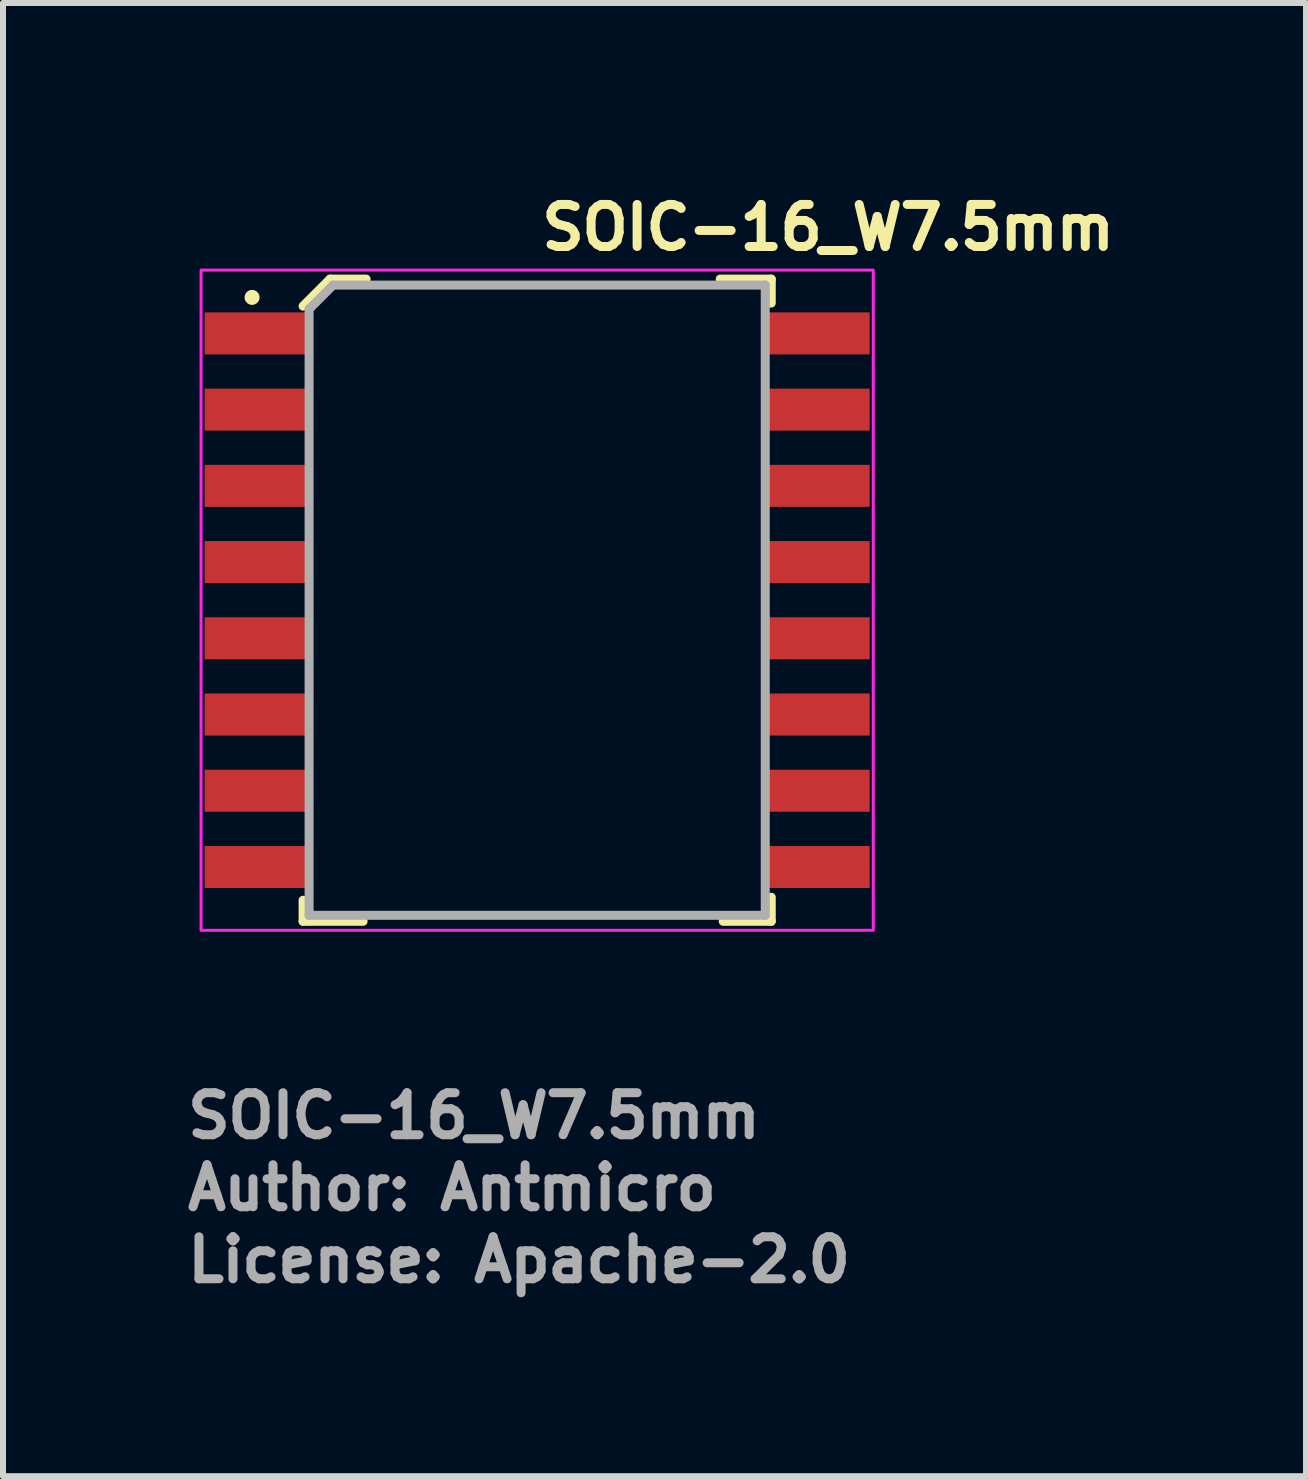
<source format=kicad_pcb>
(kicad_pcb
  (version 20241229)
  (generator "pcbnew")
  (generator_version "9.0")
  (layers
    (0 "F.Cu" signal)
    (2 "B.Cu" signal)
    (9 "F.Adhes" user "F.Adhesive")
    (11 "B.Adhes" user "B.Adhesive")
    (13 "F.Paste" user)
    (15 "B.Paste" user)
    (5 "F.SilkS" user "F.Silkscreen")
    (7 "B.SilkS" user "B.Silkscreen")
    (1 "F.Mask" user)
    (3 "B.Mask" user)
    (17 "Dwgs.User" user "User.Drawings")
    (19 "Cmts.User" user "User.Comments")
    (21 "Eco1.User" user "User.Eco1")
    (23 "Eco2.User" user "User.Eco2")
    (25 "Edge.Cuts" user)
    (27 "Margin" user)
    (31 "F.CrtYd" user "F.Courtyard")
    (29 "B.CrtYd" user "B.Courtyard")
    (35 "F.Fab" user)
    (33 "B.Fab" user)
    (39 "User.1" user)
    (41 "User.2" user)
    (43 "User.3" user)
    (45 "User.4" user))
  (footprint "SOIC-16_W7.5mm"
    (layer "F.Cu")
    (at 5.9 6.95)
    (property "Reference" "SOIC-16_W7.5mm" (at 0 -5.8 0) (layer "F.SilkS") (effects (font (size 0.7 0.7) (thickness 0.15)) (justify left bottom)))
    (attr smd)
    (fp_line (start -3.9 5) (end -3.9 5.35) (stroke (width 0.15) (type solid)) (layer "F.SilkS"))
    (fp_line (start -3.9 5.35) (end -2.9 5.35) (stroke (width 0.15) (type solid)) (layer "F.SilkS"))
    (fp_line (start -3.45 -5.35) (end -3.9 -4.9) (stroke (width 0.15) (type solid)) (layer "F.SilkS"))
    (fp_line (start -2.85 -5.35) (end -3.45 -5.35) (stroke (width 0.15) (type solid)) (layer "F.SilkS"))
    (fp_line (start 3.9 -5.35) (end 3.05 -5.35) (stroke (width 0.15) (type solid)) (layer "F.SilkS"))
    (fp_line (start 3.9 -4.95) (end 3.9 -5.35) (stroke (width 0.15) (type solid)) (layer "F.SilkS"))
    (fp_line (start 3.9 4.95) (end 3.9 5.35) (stroke (width 0.15) (type solid)) (layer "F.SilkS"))
    (fp_line (start 3.9 5.35) (end 3.1 5.35) (stroke (width 0.15) (type solid)) (layer "F.SilkS"))
    (fp_circle (center -4.75 -5.045) (end -4.7 -5.045) (stroke (width 0.15) (type solid)) (fill yes) (layer "F.SilkS"))
    (fp_rect (start 5.6 -5.5) (end -5.6 5.5) (stroke (width 0.05) (type solid)) (fill no) (layer "F.CrtYd"))
    (fp_line (start -3.8 -4.85) (end -3.8 5.25) (stroke (width 0.15) (type solid)) (layer "F.Fab"))
    (fp_line (start -3.8 -4.85) (end -3.4 -5.25) (stroke (width 0.15) (type solid)) (layer "F.Fab"))
    (fp_line (start 3.8 -5.25) (end -3.4 -5.25) (stroke (width 0.15) (type solid)) (layer "F.Fab"))
    (fp_line (start 3.8 -5.25) (end 3.8 5.25) (stroke (width 0.15) (type solid)) (layer "F.Fab"))
    (fp_line (start 3.8 5.25) (end -3.8 5.25) (stroke (width 0.15) (type solid)) (layer "F.Fab"))
    (fp_rect (start 5.167 -5.15) (end -5.167 5.15) (stroke (width 0.1) (type solid)) (fill no) (layer "User.5"))
    (fp_line (start -5.167 -4.65) (end -5.167 -4.24) (stroke (width 0.02) (type solid)) (layer "User.9"))
    (fp_line (start -5.167 -3.38) (end -5.167 -2.97) (stroke (width 0.02) (type solid)) (layer "User.9"))
    (fp_line (start -5.167 -2.11) (end -5.167 -1.7) (stroke (width 0.02) (type solid)) (layer "User.9"))
    (fp_line (start -5.167 -0.84) (end -5.167 -0.43) (stroke (width 0.02) (type solid)) (layer "User.9"))
    (fp_line (start -5.167 0.43) (end -5.167 0.84) (stroke (width 0.02) (type solid)) (layer "User.9"))
    (fp_line (start -5.167 1.7) (end -5.167 2.11) (stroke (width 0.02) (type solid)) (layer "User.9"))
    (fp_line (start -5.167 2.97) (end -5.167 3.38) (stroke (width 0.02) (type solid)) (layer "User.9"))
    (fp_line (start -5.167 4.24) (end -5.167 4.65) (stroke (width 0.02) (type solid)) (layer "User.9"))
    (fp_line (start -4.686 -4.65) (end -5.167 -4.65) (stroke (width 0.02) (type solid)) (layer "User.9"))
    (fp_line (start -4.686 -4.65) (end -4.54 -4.65) (stroke (width 0.02) (type solid)) (layer "User.9"))
    (fp_line (start -4.686 -4.24) (end -5.167 -4.24) (stroke (width 0.02) (type solid)) (layer "User.9"))
    (fp_line (start -4.686 -4.24) (end -4.54 -4.24) (stroke (width 0.02) (type solid)) (layer "User.9"))
    (fp_line (start -4.686 -3.38) (end -5.167 -3.38) (stroke (width 0.02) (type solid)) (layer "User.9"))
    (fp_line (start -4.686 -3.38) (end -4.54 -3.38) (stroke (width 0.02) (type solid)) (layer "User.9"))
    (fp_line (start -4.686 -2.97) (end -5.167 -2.97) (stroke (width 0.02) (type solid)) (layer "User.9"))
    (fp_line (start -4.686 -2.97) (end -4.54 -2.97) (stroke (width 0.02) (type solid)) (layer "User.9"))
    (fp_line (start -4.686 -2.11) (end -5.167 -2.11) (stroke (width 0.02) (type solid)) (layer "User.9"))
    (fp_line (start -4.686 -2.11) (end -4.54 -2.11) (stroke (width 0.02) (type solid)) (layer "User.9"))
    (fp_line (start -4.686 -1.7) (end -5.167 -1.7) (stroke (width 0.02) (type solid)) (layer "User.9"))
    (fp_line (start -4.686 -1.7) (end -4.54 -1.7) (stroke (width 0.02) (type solid)) (layer "User.9"))
    (fp_line (start -4.686 -0.84) (end -5.167 -0.84) (stroke (width 0.02) (type solid)) (layer "User.9"))
    (fp_line (start -4.686 -0.84) (end -4.54 -0.84) (stroke (width 0.02) (type solid)) (layer "User.9"))
    (fp_line (start -4.686 -0.43) (end -5.167 -0.43) (stroke (width 0.02) (type solid)) (layer "User.9"))
    (fp_line (start -4.686 -0.43) (end -4.54 -0.43) (stroke (width 0.02) (type solid)) (layer "User.9"))
    (fp_line (start -4.686 0.43) (end -5.167 0.43) (stroke (width 0.02) (type solid)) (layer "User.9"))
    (fp_line (start -4.686 0.43) (end -4.54 0.43) (stroke (width 0.02) (type solid)) (layer "User.9"))
    (fp_line (start -4.686 0.84) (end -5.167 0.84) (stroke (width 0.02) (type solid)) (layer "User.9"))
    (fp_line (start -4.686 0.84) (end -4.54 0.84) (stroke (width 0.02) (type solid)) (layer "User.9"))
    (fp_line (start -4.686 1.7) (end -5.167 1.7) (stroke (width 0.02) (type solid)) (layer "User.9"))
    (fp_line (start -4.686 1.7) (end -4.54 1.7) (stroke (width 0.02) (type solid)) (layer "User.9"))
    (fp_line (start -4.686 2.11) (end -5.167 2.11) (stroke (width 0.02) (type solid)) (layer "User.9"))
    (fp_line (start -4.686 2.11) (end -4.54 2.11) (stroke (width 0.02) (type solid)) (layer "User.9"))
    (fp_line (start -4.686 2.97) (end -5.167 2.97) (stroke (width 0.02) (type solid)) (layer "User.9"))
    (fp_line (start -4.686 2.97) (end -4.54 2.97) (stroke (width 0.02) (type solid)) (layer "User.9"))
    (fp_line (start -4.686 3.38) (end -5.167 3.38) (stroke (width 0.02) (type solid)) (layer "User.9"))
    (fp_line (start -4.686 3.38) (end -4.54 3.38) (stroke (width 0.02) (type solid)) (layer "User.9"))
    (fp_line (start -4.686 4.24) (end -5.167 4.24) (stroke (width 0.02) (type solid)) (layer "User.9"))
    (fp_line (start -4.686 4.24) (end -4.54 4.24) (stroke (width 0.02) (type solid)) (layer "User.9"))
    (fp_line (start -4.686 4.65) (end -5.167 4.65) (stroke (width 0.02) (type solid)) (layer "User.9"))
    (fp_line (start -4.686 4.65) (end -4.54 4.65) (stroke (width 0.02) (type solid)) (layer "User.9"))
    (fp_line (start -4.54 -4.65) (end -4.396 -4.65) (stroke (width 0.02) (type solid)) (layer "User.9"))
    (fp_line (start -4.54 -3.38) (end -4.396 -3.38) (stroke (width 0.02) (type solid)) (layer "User.9"))
    (fp_line (start -4.54 -2.11) (end -4.396 -2.11) (stroke (width 0.02) (type solid)) (layer "User.9"))
    (fp_line (start -4.54 -0.84) (end -4.396 -0.84) (stroke (width 0.02) (type solid)) (layer "User.9"))
    (fp_line (start -4.54 0.43) (end -4.396 0.43) (stroke (width 0.02) (type solid)) (layer "User.9"))
    (fp_line (start -4.54 1.7) (end -4.396 1.7) (stroke (width 0.02) (type solid)) (layer "User.9"))
    (fp_line (start -4.54 2.97) (end -4.396 2.97) (stroke (width 0.02) (type solid)) (layer "User.9"))
    (fp_line (start -4.54 4.24) (end -4.396 4.24) (stroke (width 0.02) (type solid)) (layer "User.9"))
    (fp_line (start -4.396 -4.65) (end -3.992 -4.65) (stroke (width 0.02) (type solid)) (layer "User.9"))
    (fp_line (start -4.396 -4.24) (end -4.54 -4.24) (stroke (width 0.02) (type solid)) (layer "User.9"))
    (fp_line (start -4.396 -4.24) (end -3.992 -4.24) (stroke (width 0.02) (type solid)) (layer "User.9"))
    (fp_line (start -4.396 -3.38) (end -3.992 -3.38) (stroke (width 0.02) (type solid)) (layer "User.9"))
    (fp_line (start -4.396 -2.97) (end -4.54 -2.97) (stroke (width 0.02) (type solid)) (layer "User.9"))
    (fp_line (start -4.396 -2.97) (end -3.992 -2.97) (stroke (width 0.02) (type solid)) (layer "User.9"))
    (fp_line (start -4.396 -2.11) (end -3.992 -2.11) (stroke (width 0.02) (type solid)) (layer "User.9"))
    (fp_line (start -4.396 -1.7) (end -4.54 -1.7) (stroke (width 0.02) (type solid)) (layer "User.9"))
    (fp_line (start -4.396 -1.7) (end -3.992 -1.7) (stroke (width 0.02) (type solid)) (layer "User.9"))
    (fp_line (start -4.396 -0.84) (end -3.992 -0.84) (stroke (width 0.02) (type solid)) (layer "User.9"))
    (fp_line (start -4.396 -0.43) (end -4.54 -0.43) (stroke (width 0.02) (type solid)) (layer "User.9"))
    (fp_line (start -4.396 -0.43) (end -3.992 -0.43) (stroke (width 0.02) (type solid)) (layer "User.9"))
    (fp_line (start -4.396 0.43) (end -3.992 0.43) (stroke (width 0.02) (type solid)) (layer "User.9"))
    (fp_line (start -4.396 0.84) (end -4.54 0.84) (stroke (width 0.02) (type solid)) (layer "User.9"))
    (fp_line (start -4.396 0.84) (end -3.992 0.84) (stroke (width 0.02) (type solid)) (layer "User.9"))
    (fp_line (start -4.396 1.7) (end -3.992 1.7) (stroke (width 0.02) (type solid)) (layer "User.9"))
    (fp_line (start -4.396 2.11) (end -4.54 2.11) (stroke (width 0.02) (type solid)) (layer "User.9"))
    (fp_line (start -4.396 2.11) (end -3.992 2.11) (stroke (width 0.02) (type solid)) (layer "User.9"))
    (fp_line (start -4.396 2.97) (end -3.992 2.97) (stroke (width 0.02) (type solid)) (layer "User.9"))
    (fp_line (start -4.396 3.38) (end -4.54 3.38) (stroke (width 0.02) (type solid)) (layer "User.9"))
    (fp_line (start -4.396 3.38) (end -3.992 3.38) (stroke (width 0.02) (type solid)) (layer "User.9"))
    (fp_line (start -4.396 4.24) (end -3.992 4.24) (stroke (width 0.02) (type solid)) (layer "User.9"))
    (fp_line (start -4.396 4.65) (end -4.54 4.65) (stroke (width 0.02) (type solid)) (layer "User.9"))
    (fp_line (start -4.396 4.65) (end -3.992 4.65) (stroke (width 0.02) (type solid)) (layer "User.9"))
    (fp_line (start -3.75 -4.963) (end -3.749 -4.973) (stroke (width 0.02) (type solid)) (layer "User.9"))
    (fp_line (start -3.75 -4.953) (end -3.75 -4.963) (stroke (width 0.02) (type solid)) (layer "User.9"))
    (fp_line (start -3.75 -4.95) (end -3.75 -4.953) (stroke (width 0.02) (type solid)) (layer "User.9"))
    (fp_line (start -3.75 -4.95) (end -3.75 4.95) (stroke (width 0.02) (type solid)) (layer "User.9"))
    (fp_line (start -3.75 -4.65) (end -3.992 -4.65) (stroke (width 0.02) (type solid)) (layer "User.9"))
    (fp_line (start -3.75 -4.65) (end -3.75 -4.24) (stroke (width 0.02) (type solid)) (layer "User.9"))
    (fp_line (start -3.75 -4.24) (end -3.992 -4.24) (stroke (width 0.02) (type solid)) (layer "User.9"))
    (fp_line (start -3.75 -3.38) (end -3.992 -3.38) (stroke (width 0.02) (type solid)) (layer "User.9"))
    (fp_line (start -3.75 -3.38) (end -3.75 -2.97) (stroke (width 0.02) (type solid)) (layer "User.9"))
    (fp_line (start -3.75 -2.97) (end -3.992 -2.97) (stroke (width 0.02) (type solid)) (layer "User.9"))
    (fp_line (start -3.75 -2.11) (end -3.992 -2.11) (stroke (width 0.02) (type solid)) (layer "User.9"))
    (fp_line (start -3.75 -2.11) (end -3.75 -1.7) (stroke (width 0.02) (type solid)) (layer "User.9"))
    (fp_line (start -3.75 -1.7) (end -3.992 -1.7) (stroke (width 0.02) (type solid)) (layer "User.9"))
    (fp_line (start -3.75 -0.84) (end -3.992 -0.84) (stroke (width 0.02) (type solid)) (layer "User.9"))
    (fp_line (start -3.75 -0.84) (end -3.75 -0.43) (stroke (width 0.02) (type solid)) (layer "User.9"))
    (fp_line (start -3.75 -0.43) (end -3.992 -0.43) (stroke (width 0.02) (type solid)) (layer "User.9"))
    (fp_line (start -3.75 0.43) (end -3.992 0.43) (stroke (width 0.02) (type solid)) (layer "User.9"))
    (fp_line (start -3.75 0.43) (end -3.75 0.84) (stroke (width 0.02) (type solid)) (layer "User.9"))
    (fp_line (start -3.75 0.84) (end -3.992 0.84) (stroke (width 0.02) (type solid)) (layer "User.9"))
    (fp_line (start -3.75 1.7) (end -3.992 1.7) (stroke (width 0.02) (type solid)) (layer "User.9"))
    (fp_line (start -3.75 1.7) (end -3.75 2.11) (stroke (width 0.02) (type solid)) (layer "User.9"))
    (fp_line (start -3.75 2.11) (end -3.992 2.11) (stroke (width 0.02) (type solid)) (layer "User.9"))
    (fp_line (start -3.75 2.97) (end -3.992 2.97) (stroke (width 0.02) (type solid)) (layer "User.9"))
    (fp_line (start -3.75 2.97) (end -3.75 3.38) (stroke (width 0.02) (type solid)) (layer "User.9"))
    (fp_line (start -3.75 3.38) (end -3.992 3.38) (stroke (width 0.02) (type solid)) (layer "User.9"))
    (fp_line (start -3.75 4.24) (end -3.992 4.24) (stroke (width 0.02) (type solid)) (layer "User.9"))
    (fp_line (start -3.75 4.24) (end -3.75 4.65) (stroke (width 0.02) (type solid)) (layer "User.9"))
    (fp_line (start -3.75 4.65) (end -3.992 4.65) (stroke (width 0.02) (type solid)) (layer "User.9"))
    (fp_line (start -3.75 4.953) (end -3.75 4.95) (stroke (width 0.02) (type solid)) (layer "User.9"))
    (fp_line (start -3.75 4.963) (end -3.75 4.953) (stroke (width 0.02) (type solid)) (layer "User.9"))
    (fp_line (start -3.749 -4.973) (end -3.748 -4.983) (stroke (width 0.02) (type solid)) (layer "User.9"))
    (fp_line (start -3.749 4.973) (end -3.75 4.963) (stroke (width 0.02) (type solid)) (layer "User.9"))
    (fp_line (start -3.748 -4.983) (end -3.746 -4.992) (stroke (width 0.02) (type solid)) (layer "User.9"))
    (fp_line (start -3.748 4.983) (end -3.749 4.973) (stroke (width 0.02) (type solid)) (layer "User.9"))
    (fp_line (start -3.746 -4.992) (end -3.744 -5.002) (stroke (width 0.02) (type solid)) (layer "User.9"))
    (fp_line (start -3.746 4.992) (end -3.748 4.983) (stroke (width 0.02) (type solid)) (layer "User.9"))
    (fp_line (start -3.744 -5.002) (end -3.742 -5.011) (stroke (width 0.02) (type solid)) (layer "User.9"))
    (fp_line (start -3.744 5.002) (end -3.746 4.992) (stroke (width 0.02) (type solid)) (layer "User.9"))
    (fp_line (start -3.742 -5.011) (end -3.739 -5.02) (stroke (width 0.02) (type solid)) (layer "User.9"))
    (fp_line (start -3.742 5.011) (end -3.744 5.002) (stroke (width 0.02) (type solid)) (layer "User.9"))
    (fp_line (start -3.739 -5.02) (end -3.735 -5.029) (stroke (width 0.02) (type solid)) (layer "User.9"))
    (fp_line (start -3.739 5.02) (end -3.742 5.011) (stroke (width 0.02) (type solid)) (layer "User.9"))
    (fp_line (start -3.735 -5.029) (end -3.731 -5.038) (stroke (width 0.02) (type solid)) (layer "User.9"))
    (fp_line (start -3.735 5.029) (end -3.739 5.02) (stroke (width 0.02) (type solid)) (layer "User.9"))
    (fp_line (start -3.731 -5.038) (end -3.727 -5.047) (stroke (width 0.02) (type solid)) (layer "User.9"))
    (fp_line (start -3.731 5.038) (end -3.735 5.029) (stroke (width 0.02) (type solid)) (layer "User.9"))
    (fp_line (start -3.727 -5.047) (end -3.722 -5.055) (stroke (width 0.02) (type solid)) (layer "User.9"))
    (fp_line (start -3.727 5.047) (end -3.731 5.038) (stroke (width 0.02) (type solid)) (layer "User.9"))
    (fp_line (start -3.722 -5.055) (end -3.717 -5.063) (stroke (width 0.02) (type solid)) (layer "User.9"))
    (fp_line (start -3.722 5.055) (end -3.727 5.047) (stroke (width 0.02) (type solid)) (layer "User.9"))
    (fp_line (start -3.717 -5.063) (end -3.711 -5.071) (stroke (width 0.02) (type solid)) (layer "User.9"))
    (fp_line (start -3.717 5.063) (end -3.722 5.055) (stroke (width 0.02) (type solid)) (layer "User.9"))
    (fp_line (start -3.711 -5.071) (end -3.705 -5.078) (stroke (width 0.02) (type solid)) (layer "User.9"))
    (fp_line (start -3.711 5.071) (end -3.717 5.063) (stroke (width 0.02) (type solid)) (layer "User.9"))
    (fp_line (start -3.705 -5.078) (end -3.699 -5.086) (stroke (width 0.02) (type solid)) (layer "User.9"))
    (fp_line (start -3.705 5.078) (end -3.711 5.071) (stroke (width 0.02) (type solid)) (layer "User.9"))
    (fp_line (start -3.699 -5.086) (end -3.692 -5.092) (stroke (width 0.02) (type solid)) (layer "User.9"))
    (fp_line (start -3.699 5.086) (end -3.705 5.078) (stroke (width 0.02) (type solid)) (layer "User.9"))
    (fp_line (start -3.692 -5.092) (end -3.686 -5.099) (stroke (width 0.02) (type solid)) (layer "User.9"))
    (fp_line (start -3.692 5.092) (end -3.699 5.086) (stroke (width 0.02) (type solid)) (layer "User.9"))
    (fp_line (start -3.686 -5.099) (end -3.678 -5.105) (stroke (width 0.02) (type solid)) (layer "User.9"))
    (fp_line (start -3.686 5.099) (end -3.692 5.092) (stroke (width 0.02) (type solid)) (layer "User.9"))
    (fp_line (start -3.678 -5.105) (end -3.671 -5.111) (stroke (width 0.02) (type solid)) (layer "User.9"))
    (fp_line (start -3.678 5.105) (end -3.686 5.099) (stroke (width 0.02) (type solid)) (layer "User.9"))
    (fp_line (start -3.671 -5.111) (end -3.663 -5.117) (stroke (width 0.02) (type solid)) (layer "User.9"))
    (fp_line (start -3.671 5.111) (end -3.678 5.105) (stroke (width 0.02) (type solid)) (layer "User.9"))
    (fp_line (start -3.663 -5.117) (end -3.655 -5.122) (stroke (width 0.02) (type solid)) (layer "User.9"))
    (fp_line (start -3.663 5.117) (end -3.671 5.111) (stroke (width 0.02) (type solid)) (layer "User.9"))
    (fp_line (start -3.655 -5.122) (end -3.647 -5.127) (stroke (width 0.02) (type solid)) (layer "User.9"))
    (fp_line (start -3.655 5.122) (end -3.663 5.117) (stroke (width 0.02) (type solid)) (layer "User.9"))
    (fp_line (start -3.647 -5.127) (end -3.638 -5.131) (stroke (width 0.02) (type solid)) (layer "User.9"))
    (fp_line (start -3.647 5.127) (end -3.655 5.122) (stroke (width 0.02) (type solid)) (layer "User.9"))
    (fp_line (start -3.638 -5.131) (end -3.629 -5.135) (stroke (width 0.02) (type solid)) (layer "User.9"))
    (fp_line (start -3.638 5.131) (end -3.647 5.127) (stroke (width 0.02) (type solid)) (layer "User.9"))
    (fp_line (start -3.629 -5.135) (end -3.62 -5.139) (stroke (width 0.02) (type solid)) (layer "User.9"))
    (fp_line (start -3.629 5.135) (end -3.638 5.131) (stroke (width 0.02) (type solid)) (layer "User.9"))
    (fp_line (start -3.62 -5.139) (end -3.611 -5.142) (stroke (width 0.02) (type solid)) (layer "User.9"))
    (fp_line (start -3.62 5.139) (end -3.629 5.135) (stroke (width 0.02) (type solid)) (layer "User.9"))
    (fp_line (start -3.611 -5.142) (end -3.602 -5.144) (stroke (width 0.02) (type solid)) (layer "User.9"))
    (fp_line (start -3.611 5.142) (end -3.62 5.139) (stroke (width 0.02) (type solid)) (layer "User.9"))
    (fp_line (start -3.602 -5.144) (end -3.592 -5.146) (stroke (width 0.02) (type solid)) (layer "User.9"))
    (fp_line (start -3.602 5.144) (end -3.611 5.142) (stroke (width 0.02) (type solid)) (layer "User.9"))
    (fp_line (start -3.592 -5.146) (end -3.583 -5.148) (stroke (width 0.02) (type solid)) (layer "User.9"))
    (fp_line (start -3.592 5.146) (end -3.602 5.144) (stroke (width 0.02) (type solid)) (layer "User.9"))
    (fp_line (start -3.583 -5.148) (end -3.573 -5.149) (stroke (width 0.02) (type solid)) (layer "User.9"))
    (fp_line (start -3.583 5.148) (end -3.592 5.146) (stroke (width 0.02) (type solid)) (layer "User.9"))
    (fp_line (start -3.573 -5.149) (end -3.563 -5.15) (stroke (width 0.02) (type solid)) (layer "User.9"))
    (fp_line (start -3.573 5.149) (end -3.583 5.148) (stroke (width 0.02) (type solid)) (layer "User.9"))
    (fp_line (start -3.563 -5.15) (end -3.553 -5.15) (stroke (width 0.02) (type solid)) (layer "User.9"))
    (fp_line (start -3.563 5.15) (end -3.573 5.149) (stroke (width 0.02) (type solid)) (layer "User.9"))
    (fp_line (start -3.553 -5.15) (end -3.55 -5.15) (stroke (width 0.02) (type solid)) (layer "User.9"))
    (fp_line (start -3.553 5.15) (end -3.563 5.15) (stroke (width 0.02) (type solid)) (layer "User.9"))
    (fp_line (start -3.55 -5.15) (end 3.55 -5.15) (stroke (width 0.02) (type solid)) (layer "User.9"))
    (fp_line (start -3.55 5.15) (end -3.553 5.15) (stroke (width 0.02) (type solid)) (layer "User.9"))
    (fp_line (start -3.55 5.15) (end 3.55 5.15) (stroke (width 0.02) (type solid)) (layer "User.9"))
    (fp_line (start 3.55 -5.15) (end 3.553 -5.15) (stroke (width 0.02) (type solid)) (layer "User.9"))
    (fp_line (start 3.553 -5.15) (end 3.563 -5.15) (stroke (width 0.02) (type solid)) (layer "User.9"))
    (fp_line (start 3.553 5.15) (end 3.55 5.15) (stroke (width 0.02) (type solid)) (layer "User.9"))
    (fp_line (start 3.563 -5.15) (end 3.573 -5.149) (stroke (width 0.02) (type solid)) (layer "User.9"))
    (fp_line (start 3.563 5.15) (end 3.553 5.15) (stroke (width 0.02) (type solid)) (layer "User.9"))
    (fp_line (start 3.573 -5.149) (end 3.583 -5.148) (stroke (width 0.02) (type solid)) (layer "User.9"))
    (fp_line (start 3.573 5.149) (end 3.563 5.15) (stroke (width 0.02) (type solid)) (layer "User.9"))
    (fp_line (start 3.583 -5.148) (end 3.592 -5.146) (stroke (width 0.02) (type solid)) (layer "User.9"))
    (fp_line (start 3.583 5.148) (end 3.573 5.149) (stroke (width 0.02) (type solid)) (layer "User.9"))
    (fp_line (start 3.592 -5.146) (end 3.602 -5.144) (stroke (width 0.02) (type solid)) (layer "User.9"))
    (fp_line (start 3.592 5.146) (end 3.583 5.148) (stroke (width 0.02) (type solid)) (layer "User.9"))
    (fp_line (start 3.602 -5.144) (end 3.611 -5.142) (stroke (width 0.02) (type solid)) (layer "User.9"))
    (fp_line (start 3.602 5.144) (end 3.592 5.146) (stroke (width 0.02) (type solid)) (layer "User.9"))
    (fp_line (start 3.611 -5.142) (end 3.62 -5.139) (stroke (width 0.02) (type solid)) (layer "User.9"))
    (fp_line (start 3.611 5.142) (end 3.602 5.144) (stroke (width 0.02) (type solid)) (layer "User.9"))
    (fp_line (start 3.62 -5.139) (end 3.629 -5.135) (stroke (width 0.02) (type solid)) (layer "User.9"))
    (fp_line (start 3.62 5.139) (end 3.611 5.142) (stroke (width 0.02) (type solid)) (layer "User.9"))
    (fp_line (start 3.629 -5.135) (end 3.638 -5.131) (stroke (width 0.02) (type solid)) (layer "User.9"))
    (fp_line (start 3.629 5.135) (end 3.62 5.139) (stroke (width 0.02) (type solid)) (layer "User.9"))
    (fp_line (start 3.638 -5.131) (end 3.647 -5.127) (stroke (width 0.02) (type solid)) (layer "User.9"))
    (fp_line (start 3.638 5.131) (end 3.629 5.135) (stroke (width 0.02) (type solid)) (layer "User.9"))
    (fp_line (start 3.647 -5.127) (end 3.655 -5.122) (stroke (width 0.02) (type solid)) (layer "User.9"))
    (fp_line (start 3.647 5.127) (end 3.638 5.131) (stroke (width 0.02) (type solid)) (layer "User.9"))
    (fp_line (start 3.655 -5.122) (end 3.663 -5.117) (stroke (width 0.02) (type solid)) (layer "User.9"))
    (fp_line (start 3.655 5.122) (end 3.647 5.127) (stroke (width 0.02) (type solid)) (layer "User.9"))
    (fp_line (start 3.663 -5.117) (end 3.671 -5.111) (stroke (width 0.02) (type solid)) (layer "User.9"))
    (fp_line (start 3.663 5.117) (end 3.655 5.122) (stroke (width 0.02) (type solid)) (layer "User.9"))
    (fp_line (start 3.671 -5.111) (end 3.678 -5.105) (stroke (width 0.02) (type solid)) (layer "User.9"))
    (fp_line (start 3.671 5.111) (end 3.663 5.117) (stroke (width 0.02) (type solid)) (layer "User.9"))
    (fp_line (start 3.678 -5.105) (end 3.686 -5.099) (stroke (width 0.02) (type solid)) (layer "User.9"))
    (fp_line (start 3.678 5.105) (end 3.671 5.111) (stroke (width 0.02) (type solid)) (layer "User.9"))
    (fp_line (start 3.686 -5.099) (end 3.692 -5.092) (stroke (width 0.02) (type solid)) (layer "User.9"))
    (fp_line (start 3.686 5.099) (end 3.678 5.105) (stroke (width 0.02) (type solid)) (layer "User.9"))
    (fp_line (start 3.692 -5.092) (end 3.699 -5.086) (stroke (width 0.02) (type solid)) (layer "User.9"))
    (fp_line (start 3.692 5.092) (end 3.686 5.099) (stroke (width 0.02) (type solid)) (layer "User.9"))
    (fp_line (start 3.699 -5.086) (end 3.705 -5.078) (stroke (width 0.02) (type solid)) (layer "User.9"))
    (fp_line (start 3.699 5.086) (end 3.692 5.092) (stroke (width 0.02) (type solid)) (layer "User.9"))
    (fp_line (start 3.705 -5.078) (end 3.711 -5.071) (stroke (width 0.02) (type solid)) (layer "User.9"))
    (fp_line (start 3.705 5.078) (end 3.699 5.086) (stroke (width 0.02) (type solid)) (layer "User.9"))
    (fp_line (start 3.711 -5.071) (end 3.717 -5.063) (stroke (width 0.02) (type solid)) (layer "User.9"))
    (fp_line (start 3.711 5.071) (end 3.705 5.078) (stroke (width 0.02) (type solid)) (layer "User.9"))
    (fp_line (start 3.717 -5.063) (end 3.722 -5.055) (stroke (width 0.02) (type solid)) (layer "User.9"))
    (fp_line (start 3.717 5.063) (end 3.711 5.071) (stroke (width 0.02) (type solid)) (layer "User.9"))
    (fp_line (start 3.722 -5.055) (end 3.727 -5.047) (stroke (width 0.02) (type solid)) (layer "User.9"))
    (fp_line (start 3.722 5.055) (end 3.717 5.063) (stroke (width 0.02) (type solid)) (layer "User.9"))
    (fp_line (start 3.727 -5.047) (end 3.731 -5.038) (stroke (width 0.02) (type solid)) (layer "User.9"))
    (fp_line (start 3.727 5.047) (end 3.722 5.055) (stroke (width 0.02) (type solid)) (layer "User.9"))
    (fp_line (start 3.731 -5.038) (end 3.735 -5.029) (stroke (width 0.02) (type solid)) (layer "User.9"))
    (fp_line (start 3.731 5.038) (end 3.727 5.047) (stroke (width 0.02) (type solid)) (layer "User.9"))
    (fp_line (start 3.735 -5.029) (end 3.739 -5.02) (stroke (width 0.02) (type solid)) (layer "User.9"))
    (fp_line (start 3.735 5.029) (end 3.731 5.038) (stroke (width 0.02) (type solid)) (layer "User.9"))
    (fp_line (start 3.739 -5.02) (end 3.742 -5.011) (stroke (width 0.02) (type solid)) (layer "User.9"))
    (fp_line (start 3.739 5.02) (end 3.735 5.029) (stroke (width 0.02) (type solid)) (layer "User.9"))
    (fp_line (start 3.742 -5.011) (end 3.744 -5.002) (stroke (width 0.02) (type solid)) (layer "User.9"))
    (fp_line (start 3.742 5.011) (end 3.739 5.02) (stroke (width 0.02) (type solid)) (layer "User.9"))
    (fp_line (start 3.744 -5.002) (end 3.746 -4.992) (stroke (width 0.02) (type solid)) (layer "User.9"))
    (fp_line (start 3.744 5.002) (end 3.742 5.011) (stroke (width 0.02) (type solid)) (layer "User.9"))
    (fp_line (start 3.746 -4.992) (end 3.748 -4.983) (stroke (width 0.02) (type solid)) (layer "User.9"))
    (fp_line (start 3.746 4.992) (end 3.744 5.002) (stroke (width 0.02) (type solid)) (layer "User.9"))
    (fp_line (start 3.748 -4.983) (end 3.749 -4.973) (stroke (width 0.02) (type solid)) (layer "User.9"))
    (fp_line (start 3.748 4.983) (end 3.746 4.992) (stroke (width 0.02) (type solid)) (layer "User.9"))
    (fp_line (start 3.749 -4.973) (end 3.75 -4.963) (stroke (width 0.02) (type solid)) (layer "User.9"))
    (fp_line (start 3.749 4.973) (end 3.748 4.983) (stroke (width 0.02) (type solid)) (layer "User.9"))
    (fp_line (start 3.75 -4.963) (end 3.75 -4.953) (stroke (width 0.02) (type solid)) (layer "User.9"))
    (fp_line (start 3.75 -4.953) (end 3.75 -4.95) (stroke (width 0.02) (type solid)) (layer "User.9"))
    (fp_line (start 3.75 -4.95) (end 3.75 4.95) (stroke (width 0.02) (type solid)) (layer "User.9"))
    (fp_line (start 3.75 -4.65) (end 3.992 -4.65) (stroke (width 0.02) (type solid)) (layer "User.9"))
    (fp_line (start 3.75 -4.24) (end 3.75 -4.65) (stroke (width 0.02) (type solid)) (layer "User.9"))
    (fp_line (start 3.75 -4.24) (end 3.992 -4.24) (stroke (width 0.02) (type solid)) (layer "User.9"))
    (fp_line (start 3.75 -3.38) (end 3.992 -3.38) (stroke (width 0.02) (type solid)) (layer "User.9"))
    (fp_line (start 3.75 -2.97) (end 3.75 -3.38) (stroke (width 0.02) (type solid)) (layer "User.9"))
    (fp_line (start 3.75 -2.97) (end 3.992 -2.97) (stroke (width 0.02) (type solid)) (layer "User.9"))
    (fp_line (start 3.75 -2.11) (end 3.992 -2.11) (stroke (width 0.02) (type solid)) (layer "User.9"))
    (fp_line (start 3.75 -1.7) (end 3.75 -2.11) (stroke (width 0.02) (type solid)) (layer "User.9"))
    (fp_line (start 3.75 -1.7) (end 3.992 -1.7) (stroke (width 0.02) (type solid)) (layer "User.9"))
    (fp_line (start 3.75 -0.84) (end 3.992 -0.84) (stroke (width 0.02) (type solid)) (layer "User.9"))
    (fp_line (start 3.75 -0.43) (end 3.75 -0.84) (stroke (width 0.02) (type solid)) (layer "User.9"))
    (fp_line (start 3.75 -0.43) (end 3.992 -0.43) (stroke (width 0.02) (type solid)) (layer "User.9"))
    (fp_line (start 3.75 0.43) (end 3.992 0.43) (stroke (width 0.02) (type solid)) (layer "User.9"))
    (fp_line (start 3.75 0.84) (end 3.75 0.43) (stroke (width 0.02) (type solid)) (layer "User.9"))
    (fp_line (start 3.75 0.84) (end 3.992 0.84) (stroke (width 0.02) (type solid)) (layer "User.9"))
    (fp_line (start 3.75 1.7) (end 3.992 1.7) (stroke (width 0.02) (type solid)) (layer "User.9"))
    (fp_line (start 3.75 2.11) (end 3.75 1.7) (stroke (width 0.02) (type solid)) (layer "User.9"))
    (fp_line (start 3.75 2.11) (end 3.992 2.11) (stroke (width 0.02) (type solid)) (layer "User.9"))
    (fp_line (start 3.75 2.97) (end 3.992 2.97) (stroke (width 0.02) (type solid)) (layer "User.9"))
    (fp_line (start 3.75 3.38) (end 3.75 2.97) (stroke (width 0.02) (type solid)) (layer "User.9"))
    (fp_line (start 3.75 3.38) (end 3.992 3.38) (stroke (width 0.02) (type solid)) (layer "User.9"))
    (fp_line (start 3.75 4.24) (end 3.992 4.24) (stroke (width 0.02) (type solid)) (layer "User.9"))
    (fp_line (start 3.75 4.65) (end 3.75 4.24) (stroke (width 0.02) (type solid)) (layer "User.9"))
    (fp_line (start 3.75 4.65) (end 3.992 4.65) (stroke (width 0.02) (type solid)) (layer "User.9"))
    (fp_line (start 3.75 4.95) (end 3.75 4.953) (stroke (width 0.02) (type solid)) (layer "User.9"))
    (fp_line (start 3.75 4.953) (end 3.75 4.963) (stroke (width 0.02) (type solid)) (layer "User.9"))
    (fp_line (start 3.75 4.963) (end 3.749 4.973) (stroke (width 0.02) (type solid)) (layer "User.9"))
    (fp_line (start 4.396 -4.65) (end 3.992 -4.65) (stroke (width 0.02) (type solid)) (layer "User.9"))
    (fp_line (start 4.396 -4.65) (end 4.54 -4.65) (stroke (width 0.02) (type solid)) (layer "User.9"))
    (fp_line (start 4.396 -4.24) (end 3.992 -4.24) (stroke (width 0.02) (type solid)) (layer "User.9"))
    (fp_line (start 4.396 -3.38) (end 3.992 -3.38) (stroke (width 0.02) (type solid)) (layer "User.9"))
    (fp_line (start 4.396 -3.38) (end 4.54 -3.38) (stroke (width 0.02) (type solid)) (layer "User.9"))
    (fp_line (start 4.396 -2.97) (end 3.992 -2.97) (stroke (width 0.02) (type solid)) (layer "User.9"))
    (fp_line (start 4.396 -2.11) (end 3.992 -2.11) (stroke (width 0.02) (type solid)) (layer "User.9"))
    (fp_line (start 4.396 -2.11) (end 4.54 -2.11) (stroke (width 0.02) (type solid)) (layer "User.9"))
    (fp_line (start 4.396 -1.7) (end 3.992 -1.7) (stroke (width 0.02) (type solid)) (layer "User.9"))
    (fp_line (start 4.396 -0.84) (end 3.992 -0.84) (stroke (width 0.02) (type solid)) (layer "User.9"))
    (fp_line (start 4.396 -0.84) (end 4.54 -0.84) (stroke (width 0.02) (type solid)) (layer "User.9"))
    (fp_line (start 4.396 -0.43) (end 3.992 -0.43) (stroke (width 0.02) (type solid)) (layer "User.9"))
    (fp_line (start 4.396 0.43) (end 3.992 0.43) (stroke (width 0.02) (type solid)) (layer "User.9"))
    (fp_line (start 4.396 0.43) (end 4.54 0.43) (stroke (width 0.02) (type solid)) (layer "User.9"))
    (fp_line (start 4.396 0.84) (end 3.992 0.84) (stroke (width 0.02) (type solid)) (layer "User.9"))
    (fp_line (start 4.396 1.7) (end 3.992 1.7) (stroke (width 0.02) (type solid)) (layer "User.9"))
    (fp_line (start 4.396 1.7) (end 4.54 1.7) (stroke (width 0.02) (type solid)) (layer "User.9"))
    (fp_line (start 4.396 2.11) (end 3.992 2.11) (stroke (width 0.02) (type solid)) (layer "User.9"))
    (fp_line (start 4.396 2.97) (end 3.992 2.97) (stroke (width 0.02) (type solid)) (layer "User.9"))
    (fp_line (start 4.396 2.97) (end 4.54 2.97) (stroke (width 0.02) (type solid)) (layer "User.9"))
    (fp_line (start 4.396 3.38) (end 3.992 3.38) (stroke (width 0.02) (type solid)) (layer "User.9"))
    (fp_line (start 4.396 4.24) (end 3.992 4.24) (stroke (width 0.02) (type solid)) (layer "User.9"))
    (fp_line (start 4.396 4.24) (end 4.54 4.24) (stroke (width 0.02) (type solid)) (layer "User.9"))
    (fp_line (start 4.396 4.65) (end 3.992 4.65) (stroke (width 0.02) (type solid)) (layer "User.9"))
    (fp_line (start 4.54 -4.24) (end 4.396 -4.24) (stroke (width 0.02) (type solid)) (layer "User.9"))
    (fp_line (start 4.54 -2.97) (end 4.396 -2.97) (stroke (width 0.02) (type solid)) (layer "User.9"))
    (fp_line (start 4.54 -1.7) (end 4.396 -1.7) (stroke (width 0.02) (type solid)) (layer "User.9"))
    (fp_line (start 4.54 -0.43) (end 4.396 -0.43) (stroke (width 0.02) (type solid)) (layer "User.9"))
    (fp_line (start 4.54 0.84) (end 4.396 0.84) (stroke (width 0.02) (type solid)) (layer "User.9"))
    (fp_line (start 4.54 2.11) (end 4.396 2.11) (stroke (width 0.02) (type solid)) (layer "User.9"))
    (fp_line (start 4.54 3.38) (end 4.396 3.38) (stroke (width 0.02) (type solid)) (layer "User.9"))
    (fp_line (start 4.54 4.65) (end 4.396 4.65) (stroke (width 0.02) (type solid)) (layer "User.9"))
    (fp_line (start 4.686 -4.65) (end 4.54 -4.65) (stroke (width 0.02) (type solid)) (layer "User.9"))
    (fp_line (start 4.686 -4.65) (end 5.167 -4.65) (stroke (width 0.02) (type solid)) (layer "User.9"))
    (fp_line (start 4.686 -4.24) (end 4.54 -4.24) (stroke (width 0.02) (type solid)) (layer "User.9"))
    (fp_line (start 4.686 -4.24) (end 5.167 -4.24) (stroke (width 0.02) (type solid)) (layer "User.9"))
    (fp_line (start 4.686 -3.38) (end 4.54 -3.38) (stroke (width 0.02) (type solid)) (layer "User.9"))
    (fp_line (start 4.686 -3.38) (end 5.167 -3.38) (stroke (width 0.02) (type solid)) (layer "User.9"))
    (fp_line (start 4.686 -2.97) (end 4.54 -2.97) (stroke (width 0.02) (type solid)) (layer "User.9"))
    (fp_line (start 4.686 -2.97) (end 5.167 -2.97) (stroke (width 0.02) (type solid)) (layer "User.9"))
    (fp_line (start 4.686 -2.11) (end 4.54 -2.11) (stroke (width 0.02) (type solid)) (layer "User.9"))
    (fp_line (start 4.686 -2.11) (end 5.167 -2.11) (stroke (width 0.02) (type solid)) (layer "User.9"))
    (fp_line (start 4.686 -1.7) (end 4.54 -1.7) (stroke (width 0.02) (type solid)) (layer "User.9"))
    (fp_line (start 4.686 -1.7) (end 5.167 -1.7) (stroke (width 0.02) (type solid)) (layer "User.9"))
    (fp_line (start 4.686 -0.84) (end 4.54 -0.84) (stroke (width 0.02) (type solid)) (layer "User.9"))
    (fp_line (start 4.686 -0.84) (end 5.167 -0.84) (stroke (width 0.02) (type solid)) (layer "User.9"))
    (fp_line (start 4.686 -0.43) (end 4.54 -0.43) (stroke (width 0.02) (type solid)) (layer "User.9"))
    (fp_line (start 4.686 -0.43) (end 5.167 -0.43) (stroke (width 0.02) (type solid)) (layer "User.9"))
    (fp_line (start 4.686 0.43) (end 4.54 0.43) (stroke (width 0.02) (type solid)) (layer "User.9"))
    (fp_line (start 4.686 0.43) (end 5.167 0.43) (stroke (width 0.02) (type solid)) (layer "User.9"))
    (fp_line (start 4.686 0.84) (end 4.54 0.84) (stroke (width 0.02) (type solid)) (layer "User.9"))
    (fp_line (start 4.686 0.84) (end 5.167 0.84) (stroke (width 0.02) (type solid)) (layer "User.9"))
    (fp_line (start 4.686 1.7) (end 4.54 1.7) (stroke (width 0.02) (type solid)) (layer "User.9"))
    (fp_line (start 4.686 1.7) (end 5.167 1.7) (stroke (width 0.02) (type solid)) (layer "User.9"))
    (fp_line (start 4.686 2.11) (end 4.54 2.11) (stroke (width 0.02) (type solid)) (layer "User.9"))
    (fp_line (start 4.686 2.11) (end 5.167 2.11) (stroke (width 0.02) (type solid)) (layer "User.9"))
    (fp_line (start 4.686 2.97) (end 4.54 2.97) (stroke (width 0.02) (type solid)) (layer "User.9"))
    (fp_line (start 4.686 2.97) (end 5.167 2.97) (stroke (width 0.02) (type solid)) (layer "User.9"))
    (fp_line (start 4.686 3.38) (end 4.54 3.38) (stroke (width 0.02) (type solid)) (layer "User.9"))
    (fp_line (start 4.686 3.38) (end 5.167 3.38) (stroke (width 0.02) (type solid)) (layer "User.9"))
    (fp_line (start 4.686 4.24) (end 4.54 4.24) (stroke (width 0.02) (type solid)) (layer "User.9"))
    (fp_line (start 4.686 4.24) (end 5.167 4.24) (stroke (width 0.02) (type solid)) (layer "User.9"))
    (fp_line (start 4.686 4.65) (end 4.54 4.65) (stroke (width 0.02) (type solid)) (layer "User.9"))
    (fp_line (start 4.686 4.65) (end 5.167 4.65) (stroke (width 0.02) (type solid)) (layer "User.9"))
    (fp_line (start 5.167 -4.24) (end 5.167 -4.65) (stroke (width 0.02) (type solid)) (layer "User.9"))
    (fp_line (start 5.167 -2.97) (end 5.167 -3.38) (stroke (width 0.02) (type solid)) (layer "User.9"))
    (fp_line (start 5.167 -1.7) (end 5.167 -2.11) (stroke (width 0.02) (type solid)) (layer "User.9"))
    (fp_line (start 5.167 -0.43) (end 5.167 -0.84) (stroke (width 0.02) (type solid)) (layer "User.9"))
    (fp_line (start 5.167 0.84) (end 5.167 0.43) (stroke (width 0.02) (type solid)) (layer "User.9"))
    (fp_line (start 5.167 2.11) (end 5.167 1.7) (stroke (width 0.02) (type solid)) (layer "User.9"))
    (fp_line (start 5.167 3.38) (end 5.167 2.97) (stroke (width 0.02) (type solid)) (layer "User.9"))
    (fp_line (start 5.167 4.65) (end 5.167 4.24) (stroke (width 0.02) (type solid)) (layer "User.9"))
    (fp_text user "Author: Antmicro" (at -5.9 10.2 0) (layer "F.Fab") (effects (font (size 0.7 0.7) (thickness 0.15)) (justify left bottom)))
    (fp_text user "${REFERENCE}" (at -5.9 9 0) (layer "F.Fab") (effects (font (size 0.7 0.7) (thickness 0.15)) (justify left bottom)))
    (fp_text user "License: Apache-2.0" (at -5.9 11.4 0) (layer "F.Fab") (effects (font (size 0.7 0.7) (thickness 0.15)) (justify left bottom)))
    (pad "1" smd rect (at -4.69 -4.445 270) (size 0.7 1.7) (layers "F.Cu" "F.Mask" "F.Paste"))
    (pad "2" smd rect (at -4.69 -3.175 270) (size 0.7 1.7) (layers "F.Cu" "F.Mask" "F.Paste"))
    (pad "3" smd rect (at -4.69 -1.905 270) (size 0.7 1.7) (layers "F.Cu" "F.Mask" "F.Paste"))
    (pad "4" smd rect (at -4.69 -0.635 270) (size 0.7 1.7) (layers "F.Cu" "F.Mask" "F.Paste"))
    (pad "5" smd rect (at -4.69 0.635 270) (size 0.7 1.7) (layers "F.Cu" "F.Mask" "F.Paste"))
    (pad "6" smd rect (at -4.69 1.905 270) (size 0.7 1.7) (layers "F.Cu" "F.Mask" "F.Paste"))
    (pad "7" smd rect (at -4.69 3.175 270) (size 0.7 1.7) (layers "F.Cu" "F.Mask" "F.Paste"))
    (pad "8" smd rect (at -4.69 4.445 270) (size 0.7 1.7) (layers "F.Cu" "F.Mask" "F.Paste"))
    (pad "9" smd rect (at 4.69 4.445 270) (size 0.7 1.7) (layers "F.Cu" "F.Mask" "F.Paste"))
    (pad "10" smd rect (at 4.69 3.175 270) (size 0.7 1.7) (layers "F.Cu" "F.Mask" "F.Paste"))
    (pad "11" smd rect (at 4.69 1.905 270) (size 0.7 1.7) (layers "F.Cu" "F.Mask" "F.Paste"))
    (pad "12" smd rect (at 4.69 0.635 270) (size 0.7 1.7) (layers "F.Cu" "F.Mask" "F.Paste"))
    (pad "13" smd rect (at 4.69 -0.635 270) (size 0.7 1.7) (layers "F.Cu" "F.Mask" "F.Paste"))
    (pad "14" smd rect (at 4.69 -1.905 270) (size 0.7 1.7) (layers "F.Cu" "F.Mask" "F.Paste"))
    (pad "15" smd rect (at 4.69 -3.175 270) (size 0.7 1.7) (layers "F.Cu" "F.Mask" "F.Paste"))
    (pad "16" smd rect (at 4.69 -4.445 270) (size 0.7 1.7) (layers "F.Cu" "F.Mask" "F.Paste")))
  (gr_rect
    (start -3 -3)
    (end 18.71 21.546)
    (stroke (width 0.1) (type default))
    (fill no)
    (layer "Edge.Cuts")))
</source>
